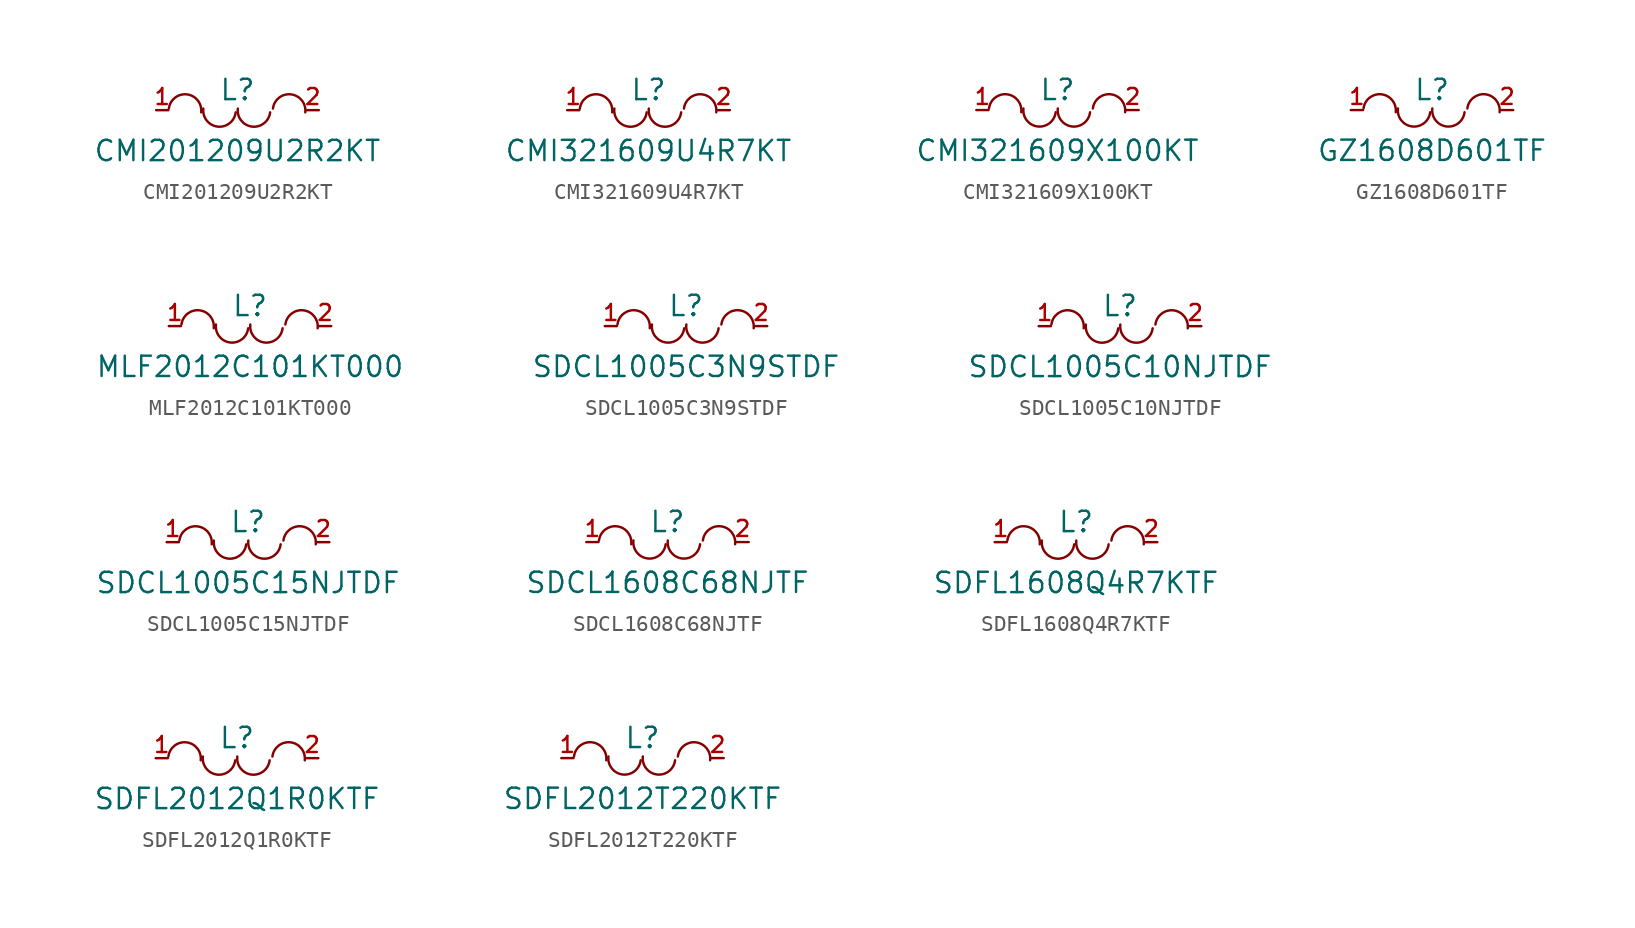
<source format=kicad_sym>
(kicad_symbol_lib
  (version 20220914)
  (generator kicad_symbol_editor)
  (symbol "CMI201209U2R2KT"
    (pin_names hide)
    (property "Reference" "L"
      (at 0 1.27 0)
      (effects (font (size 1.27 1.27))))
    (property "Value" "CMI201209U2R2KT"
      (at 0 -2.54 0)
      (effects (font (size 1.27 1.27))))
    (symbol "CMI201209U2R2KT_0_1"
      (arc (start -2.2674 -0.1341) (mid -3.1595 0.9883) (end -4.2858 0.1011) (stroke (width 0) (type default)) (fill (type none)))
      (arc (start -2.1318 0.1001) (mid -1.2406 -1.0269) (end -0.1135 -0.1357) (stroke (width 0) (type default)) (fill (type none)))
      (arc (start 0.0196 0.1001) (mid 0.9107 -1.0268) (end 2.0378 -0.1357) (stroke (width 0) (type default)) (fill (type none)))
      (arc (start 4.2312 -0.1341) (mid 3.3391 0.9883) (end 2.2128 0.1011) (stroke (width 0) (type default)) (fill (type none)))
      (pin unspecified line (at -5.08 0 0) (length 0.762) (name "1" (effects (font (size 1 1)))) (number "1" (effects (font (size 1 1)))))
      (pin unspecified line (at 5.08 0 180) (length 0.762) (name "2" (effects (font (size 1 1)))) (number "2" (effects (font (size 1 1)))))))
  (symbol "CMI321609U4R7KT"
    (pin_names hide)
    (property "Reference" "L"
      (at 0 1.27 0)
      (effects (font (size 1.27 1.27))))
    (property "Value" "CMI321609U4R7KT"
      (at 0 -2.54 0)
      (effects (font (size 1.27 1.27))))
    (symbol "CMI321609U4R7KT_0_1"
      (arc (start -2.2674 -0.1341) (mid -3.1595 0.9883) (end -4.2858 0.1011) (stroke (width 0) (type default)) (fill (type none)))
      (arc (start -2.1318 0.1001) (mid -1.2406 -1.0269) (end -0.1135 -0.1357) (stroke (width 0) (type default)) (fill (type none)))
      (arc (start 0.0196 0.1001) (mid 0.9107 -1.0268) (end 2.0378 -0.1357) (stroke (width 0) (type default)) (fill (type none)))
      (arc (start 4.2312 -0.1341) (mid 3.3391 0.9883) (end 2.2128 0.1011) (stroke (width 0) (type default)) (fill (type none)))
      (pin unspecified line (at -5.08 0 0) (length 0.762) (name "1" (effects (font (size 1 1)))) (number "1" (effects (font (size 1 1)))))
      (pin unspecified line (at 5.08 0 180) (length 0.762) (name "2" (effects (font (size 1 1)))) (number "2" (effects (font (size 1 1)))))))
  (symbol "CMI321609X100KT"
    (pin_names hide)
    (property "Reference" "L"
      (at 0 1.27 0)
      (effects (font (size 1.27 1.27))))
    (property "Value" "CMI321609X100KT"
      (at 0 -2.54 0)
      (effects (font (size 1.27 1.27))))
    (symbol "CMI321609X100KT_0_1"
      (arc (start -2.2674 -0.1341) (mid -3.1595 0.9883) (end -4.2858 0.1011) (stroke (width 0) (type default)) (fill (type none)))
      (arc (start -2.1318 0.1001) (mid -1.2406 -1.0269) (end -0.1135 -0.1357) (stroke (width 0) (type default)) (fill (type none)))
      (arc (start 0.0196 0.1001) (mid 0.9107 -1.0268) (end 2.0378 -0.1357) (stroke (width 0) (type default)) (fill (type none)))
      (arc (start 4.2312 -0.1341) (mid 3.3391 0.9883) (end 2.2128 0.1011) (stroke (width 0) (type default)) (fill (type none)))
      (pin unspecified line (at -5.08 0 0) (length 0.762) (name "1" (effects (font (size 1 1)))) (number "1" (effects (font (size 1 1)))))
      (pin unspecified line (at 5.08 0 180) (length 0.762) (name "2" (effects (font (size 1 1)))) (number "2" (effects (font (size 1 1)))))))
  (symbol "GZ1608D601TF"
    (pin_names hide)
    (property "Reference" "L"
      (at 0 1.27 0)
      (effects (font (size 1.27 1.27))))
    (property "Value" "GZ1608D601TF"
      (at 0 -2.54 0)
      (effects (font (size 1.27 1.27))))
    (symbol "GZ1608D601TF_0_1"
      (arc (start -2.2674 -0.1341) (mid -3.1595 0.9883) (end -4.2858 0.1011) (stroke (width 0) (type default)) (fill (type none)))
      (arc (start -2.1318 0.1001) (mid -1.2406 -1.0269) (end -0.1135 -0.1357) (stroke (width 0) (type default)) (fill (type none)))
      (arc (start 0.0196 0.1001) (mid 0.9107 -1.0268) (end 2.0378 -0.1357) (stroke (width 0) (type default)) (fill (type none)))
      (arc (start 4.2312 -0.1341) (mid 3.3391 0.9883) (end 2.2128 0.1011) (stroke (width 0) (type default)) (fill (type none)))
      (pin unspecified line (at -5.08 0 0) (length 0.762) (name "1" (effects (font (size 1 1)))) (number "1" (effects (font (size 1 1)))))
      (pin unspecified line (at 5.08 0 180) (length 0.762) (name "2" (effects (font (size 1 1)))) (number "2" (effects (font (size 1 1)))))))
  (symbol "MLF2012C101KT000"
    (pin_names hide)
    (property "Reference" "L"
      (at 0 1.27 0)
      (effects (font (size 1.27 1.27))))
    (property "Value" "MLF2012C101KT000"
      (at 0 -2.54 0)
      (effects (font (size 1.27 1.27))))
    (symbol "MLF2012C101KT000_0_1"
      (arc (start -2.2674 -0.1341) (mid -3.1595 0.9883) (end -4.2858 0.1011) (stroke (width 0) (type default)) (fill (type none)))
      (arc (start -2.1318 0.1001) (mid -1.2406 -1.0269) (end -0.1135 -0.1357) (stroke (width 0) (type default)) (fill (type none)))
      (arc (start 0.0196 0.1001) (mid 0.9107 -1.0268) (end 2.0378 -0.1357) (stroke (width 0) (type default)) (fill (type none)))
      (arc (start 4.2312 -0.1341) (mid 3.3391 0.9883) (end 2.2128 0.1011) (stroke (width 0) (type default)) (fill (type none)))
      (pin unspecified line (at -5.08 0 0) (length 0.762) (name "1" (effects (font (size 1 1)))) (number "1" (effects (font (size 1 1)))))
      (pin unspecified line (at 5.08 0 180) (length 0.762) (name "2" (effects (font (size 1 1)))) (number "2" (effects (font (size 1 1)))))))
  (symbol "SDCL1005C3N9STDF"
    (pin_names hide)
    (property "Reference" "L"
      (at 0 1.27 0)
      (effects (font (size 1.27 1.27))))
    (property "Value" "SDCL1005C3N9STDF"
      (at 0 -2.54 0)
      (effects (font (size 1.27 1.27))))
    (symbol "SDCL1005C3N9STDF_0_1"
      (arc (start -2.2674 -0.1341) (mid -3.1595 0.9883) (end -4.2858 0.1011) (stroke (width 0) (type default)) (fill (type none)))
      (arc (start -2.1318 0.1001) (mid -1.2406 -1.0269) (end -0.1135 -0.1357) (stroke (width 0) (type default)) (fill (type none)))
      (arc (start 0.0196 0.1001) (mid 0.9107 -1.0268) (end 2.0378 -0.1357) (stroke (width 0) (type default)) (fill (type none)))
      (arc (start 4.2312 -0.1341) (mid 3.3391 0.9883) (end 2.2128 0.1011) (stroke (width 0) (type default)) (fill (type none)))
      (pin unspecified line (at -5.08 0 0) (length 0.762) (name "1" (effects (font (size 1 1)))) (number "1" (effects (font (size 1 1)))))
      (pin unspecified line (at 5.08 0 180) (length 0.762) (name "2" (effects (font (size 1 1)))) (number "2" (effects (font (size 1 1)))))))
  (symbol "SDCL1005C10NJTDF"
    (pin_names hide)
    (property "Reference" "L"
      (at 0 1.27 0)
      (effects (font (size 1.27 1.27))))
    (property "Value" "SDCL1005C10NJTDF"
      (at 0 -2.54 0)
      (effects (font (size 1.27 1.27))))
    (symbol "SDCL1005C10NJTDF_0_1"
      (arc (start -2.2674 -0.1341) (mid -3.1595 0.9883) (end -4.2858 0.1011) (stroke (width 0) (type default)) (fill (type none)))
      (arc (start -2.1318 0.1001) (mid -1.2406 -1.0269) (end -0.1135 -0.1357) (stroke (width 0) (type default)) (fill (type none)))
      (arc (start 0.0196 0.1001) (mid 0.9107 -1.0268) (end 2.0378 -0.1357) (stroke (width 0) (type default)) (fill (type none)))
      (arc (start 4.2312 -0.1341) (mid 3.3391 0.9883) (end 2.2128 0.1011) (stroke (width 0) (type default)) (fill (type none)))
      (pin unspecified line (at -5.08 0 0) (length 0.762) (name "1" (effects (font (size 1 1)))) (number "1" (effects (font (size 1 1)))))
      (pin unspecified line (at 5.08 0 180) (length 0.762) (name "2" (effects (font (size 1 1)))) (number "2" (effects (font (size 1 1)))))))
  (symbol "SDCL1005C15NJTDF"
    (pin_names hide)
    (property "Reference" "L"
      (at 0 1.27 0)
      (effects (font (size 1.27 1.27))))
    (property "Value" "SDCL1005C15NJTDF"
      (at 0 -2.54 0)
      (effects (font (size 1.27 1.27))))
    (symbol "SDCL1005C15NJTDF_0_1"
      (arc (start -2.2674 -0.1341) (mid -3.1595 0.9883) (end -4.2858 0.1011) (stroke (width 0) (type default)) (fill (type none)))
      (arc (start -2.1318 0.1001) (mid -1.2406 -1.0269) (end -0.1135 -0.1357) (stroke (width 0) (type default)) (fill (type none)))
      (arc (start 0.0196 0.1001) (mid 0.9107 -1.0268) (end 2.0378 -0.1357) (stroke (width 0) (type default)) (fill (type none)))
      (arc (start 4.2312 -0.1341) (mid 3.3391 0.9883) (end 2.2128 0.1011) (stroke (width 0) (type default)) (fill (type none)))
      (pin unspecified line (at -5.08 0 0) (length 0.762) (name "1" (effects (font (size 1 1)))) (number "1" (effects (font (size 1 1)))))
      (pin unspecified line (at 5.08 0 180) (length 0.762) (name "2" (effects (font (size 1 1)))) (number "2" (effects (font (size 1 1)))))))
  (symbol "SDCL1608C68NJTF"
    (pin_names hide)
    (property "Reference" "L"
      (at 0 1.27 0)
      (effects (font (size 1.27 1.27))))
    (property "Value" "SDCL1608C68NJTF"
      (at 0 -2.54 0)
      (effects (font (size 1.27 1.27))))
    (symbol "SDCL1608C68NJTF_0_1"
      (arc (start -2.2674 -0.1341) (mid -3.1595 0.9883) (end -4.2858 0.1011) (stroke (width 0) (type default)) (fill (type none)))
      (arc (start -2.1318 0.1001) (mid -1.2406 -1.0269) (end -0.1135 -0.1357) (stroke (width 0) (type default)) (fill (type none)))
      (arc (start 0.0196 0.1001) (mid 0.9107 -1.0268) (end 2.0378 -0.1357) (stroke (width 0) (type default)) (fill (type none)))
      (arc (start 4.2312 -0.1341) (mid 3.3391 0.9883) (end 2.2128 0.1011) (stroke (width 0) (type default)) (fill (type none)))
      (pin unspecified line (at -5.08 0 0) (length 0.762) (name "1" (effects (font (size 1 1)))) (number "1" (effects (font (size 1 1)))))
      (pin unspecified line (at 5.08 0 180) (length 0.762) (name "2" (effects (font (size 1 1)))) (number "2" (effects (font (size 1 1)))))))
  (symbol "SDFL1608Q4R7KTF"
    (pin_names hide)
    (property "Reference" "L"
      (at 0 1.27 0)
      (effects (font (size 1.27 1.27))))
    (property "Value" "SDFL1608Q4R7KTF"
      (at 0 -2.54 0)
      (effects (font (size 1.27 1.27))))
    (symbol "SDFL1608Q4R7KTF_0_1"
      (arc (start -2.2674 -0.1341) (mid -3.1595 0.9883) (end -4.2858 0.1011) (stroke (width 0) (type default)) (fill (type none)))
      (arc (start -2.1318 0.1001) (mid -1.2406 -1.0269) (end -0.1135 -0.1357) (stroke (width 0) (type default)) (fill (type none)))
      (arc (start 0.0196 0.1001) (mid 0.9107 -1.0268) (end 2.0378 -0.1357) (stroke (width 0) (type default)) (fill (type none)))
      (arc (start 4.2312 -0.1341) (mid 3.3391 0.9883) (end 2.2128 0.1011) (stroke (width 0) (type default)) (fill (type none)))
      (pin unspecified line (at -5.08 0 0) (length 0.762) (name "1" (effects (font (size 1 1)))) (number "1" (effects (font (size 1 1)))))
      (pin unspecified line (at 5.08 0 180) (length 0.762) (name "2" (effects (font (size 1 1)))) (number "2" (effects (font (size 1 1)))))))
  (symbol "SDFL2012Q1R0KTF"
    (pin_names hide)
    (property "Reference" "L"
      (at 0 1.27 0)
      (effects (font (size 1.27 1.27))))
    (property "Value" "SDFL2012Q1R0KTF"
      (at 0 -2.54 0)
      (effects (font (size 1.27 1.27))))
    (symbol "SDFL2012Q1R0KTF_0_1"
      (arc (start -2.2674 -0.1341) (mid -3.1595 0.9883) (end -4.2858 0.1011) (stroke (width 0) (type default)) (fill (type none)))
      (arc (start -2.1318 0.1001) (mid -1.2406 -1.0269) (end -0.1135 -0.1357) (stroke (width 0) (type default)) (fill (type none)))
      (arc (start 0.0196 0.1001) (mid 0.9107 -1.0268) (end 2.0378 -0.1357) (stroke (width 0) (type default)) (fill (type none)))
      (arc (start 4.2312 -0.1341) (mid 3.3391 0.9883) (end 2.2128 0.1011) (stroke (width 0) (type default)) (fill (type none)))
      (pin unspecified line (at -5.08 0 0) (length 0.762) (name "1" (effects (font (size 1 1)))) (number "1" (effects (font (size 1 1)))))
      (pin unspecified line (at 5.08 0 180) (length 0.762) (name "2" (effects (font (size 1 1)))) (number "2" (effects (font (size 1 1)))))))
  (symbol "SDFL2012T220KTF"
    (pin_names hide)
    (property "Reference" "L"
      (at 0 1.27 0)
      (effects (font (size 1.27 1.27))))
    (property "Value" "SDFL2012T220KTF"
      (at 0 -2.54 0)
      (effects (font (size 1.27 1.27))))
    (symbol "SDFL2012T220KTF_0_1"
      (arc (start -2.2674 -0.1341) (mid -3.1595 0.9883) (end -4.2858 0.1011) (stroke (width 0) (type default)) (fill (type none)))
      (arc (start -2.1318 0.1001) (mid -1.2406 -1.0269) (end -0.1135 -0.1357) (stroke (width 0) (type default)) (fill (type none)))
      (arc (start 0.0196 0.1001) (mid 0.9107 -1.0268) (end 2.0378 -0.1357) (stroke (width 0) (type default)) (fill (type none)))
      (arc (start 4.2312 -0.1341) (mid 3.3391 0.9883) (end 2.2128 0.1011) (stroke (width 0) (type default)) (fill (type none)))
      (pin unspecified line (at -5.08 0 0) (length 0.762) (name "1" (effects (font (size 1 1)))) (number "1" (effects (font (size 1 1)))))
      (pin unspecified line (at 5.08 0 180) (length 0.762) (name "2" (effects (font (size 1 1)))) (number "2" (effects (font (size 1 1))))))))
</source>
